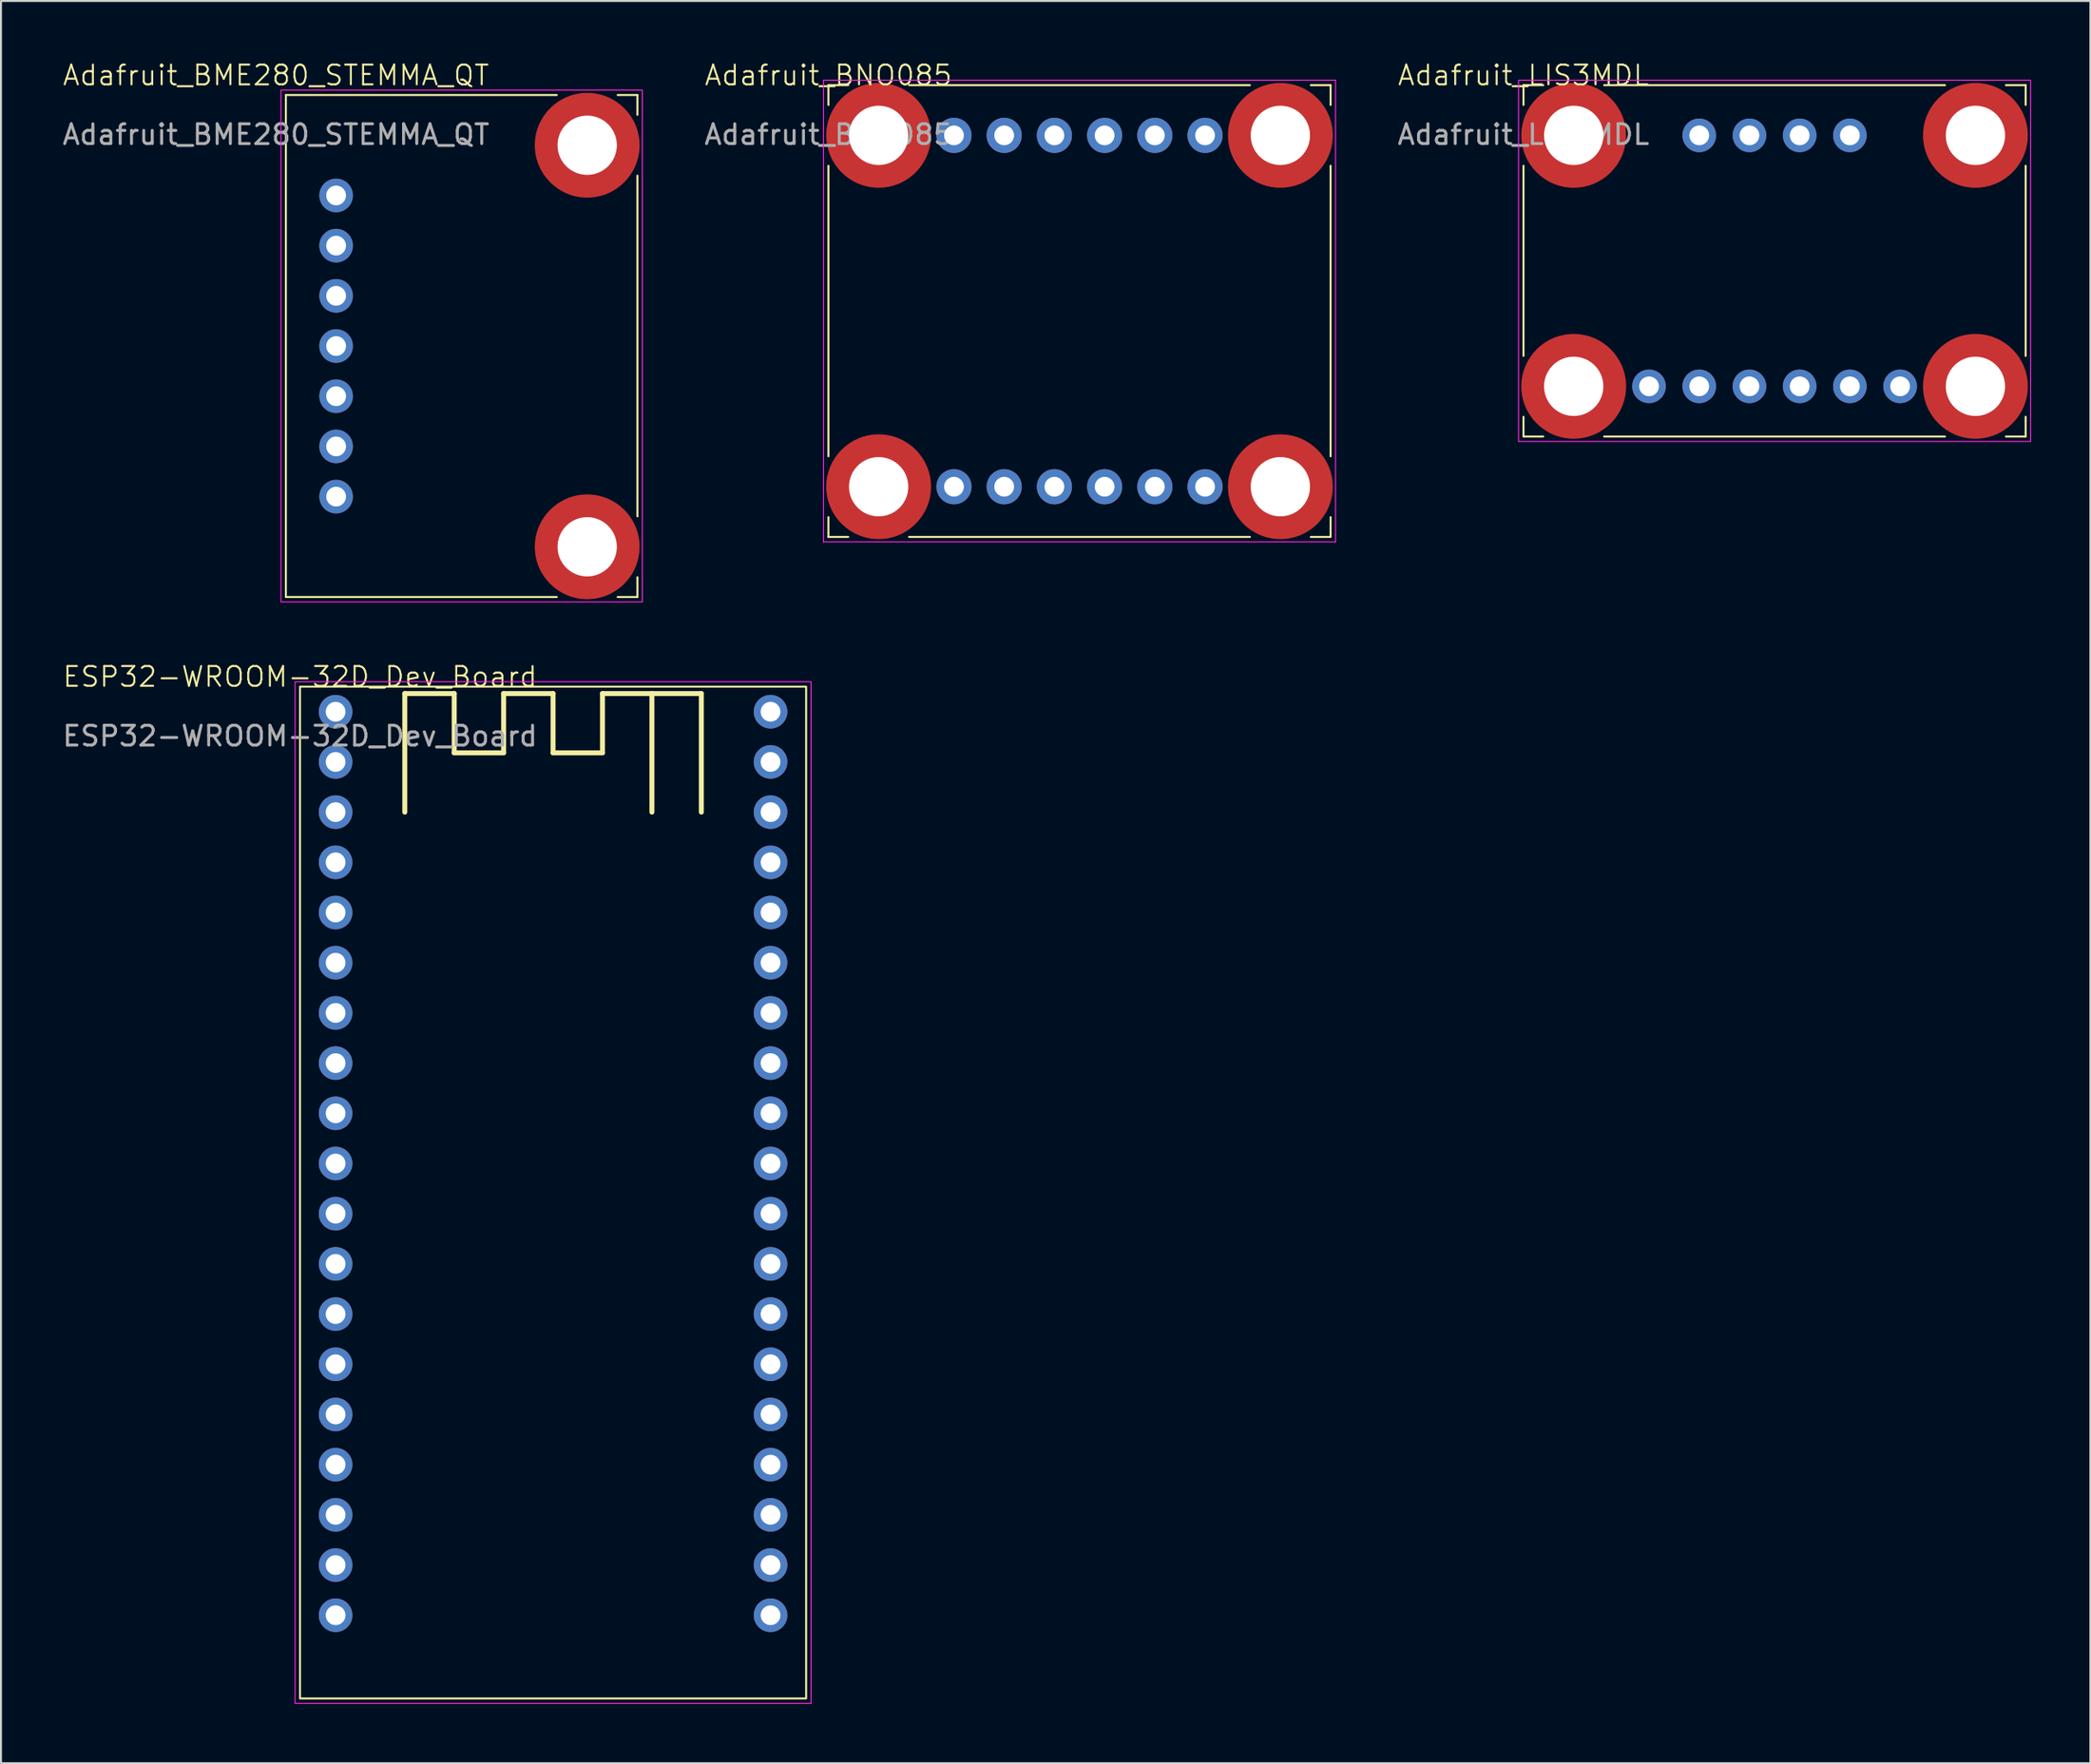
<source format=kicad_pcb>
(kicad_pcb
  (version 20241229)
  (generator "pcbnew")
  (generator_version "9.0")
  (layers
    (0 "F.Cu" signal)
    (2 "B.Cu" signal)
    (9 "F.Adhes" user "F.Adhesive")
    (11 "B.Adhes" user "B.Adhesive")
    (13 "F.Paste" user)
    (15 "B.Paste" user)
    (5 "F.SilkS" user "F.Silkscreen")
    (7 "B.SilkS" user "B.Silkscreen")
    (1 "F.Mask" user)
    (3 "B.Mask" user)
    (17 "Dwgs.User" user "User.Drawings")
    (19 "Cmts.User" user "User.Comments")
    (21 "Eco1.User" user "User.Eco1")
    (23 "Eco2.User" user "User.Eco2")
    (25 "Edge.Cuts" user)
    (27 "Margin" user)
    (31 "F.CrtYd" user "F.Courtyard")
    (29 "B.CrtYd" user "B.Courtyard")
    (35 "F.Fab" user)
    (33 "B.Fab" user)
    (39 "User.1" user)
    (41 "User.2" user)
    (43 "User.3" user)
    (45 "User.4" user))
  (footprint "Adafruit_BME280_STEMMA_QT"
    (layer "F.Cu")
    (at 11.411 1.76)
    (property "Reference" "Adafruit_BME280_STEMMA_QT" (at -0.5 -1 0) (unlocked yes) (layer "F.SilkS") (effects (font (size 1 1) (thickness 0.1))))
    (attr through_hole)
    (fp_line (start 0 0) (end 0 25.4) (stroke (width 0.1) (type default)) (layer "F.SilkS"))
    (fp_line (start 0 0) (end 13.7 0) (stroke (width 0.1) (type default)) (layer "F.SilkS"))
    (fp_line (start 0 25.4) (end 13.7 25.4) (stroke (width 0.1) (type default)) (layer "F.SilkS"))
    (fp_line (start 17.78 0) (end 16.78 0) (stroke (width 0.1) (type default)) (layer "F.SilkS"))
    (fp_line (start 17.78 0) (end 17.78 1) (stroke (width 0.1) (type default)) (layer "F.SilkS"))
    (fp_line (start 17.78 4.08) (end 17.78 21.32) (stroke (width 0.1) (type default)) (layer "F.SilkS"))
    (fp_line (start 17.78 25.4) (end 16.78 25.4) (stroke (width 0.1) (type default)) (layer "F.SilkS"))
    (fp_line (start 17.78 25.4) (end 17.78 24.4) (stroke (width 0.1) (type default)) (layer "F.SilkS"))
    (fp_circle (center 15.24 2.54) (end 17.34 2.54) (stroke (width 0.75) (type default)) (fill no) (layer "F.Paste"))
    (fp_circle (center 15.24 22.85) (end 17.34 22.85) (stroke (width 0.75) (type default)) (fill no) (layer "F.Paste"))
    (fp_rect (start -0.25 -0.25) (end 18.03 25.65) (stroke (width 0.05) (type default)) (fill no) (layer "F.CrtYd"))
    (fp_text user "${REFERENCE}" (at -0.5 2 0) (unlocked yes) (layer "F.Fab") (effects (font (size 1 1) (thickness 0.15))))
    (pad "" np_thru_hole circle (at 15.24 2.54) (size 5.3 5.3) (drill 3) (layers "F.Cu" "F.Mask"))
    (pad "" np_thru_hole circle (at 15.24 22.86) (size 5.3 5.3) (drill 3) (layers "F.Cu" "F.Mask"))
    (pad "1" thru_hole circle (at 2.54 5.08) (size 1.7 1.7) (drill 1) (layers "*.Cu" "*.Mask"))
    (pad "2" thru_hole circle (at 2.54 7.62) (size 1.7 1.7) (drill 1) (layers "*.Cu" "*.Mask"))
    (pad "3" thru_hole circle (at 2.54 10.16) (size 1.7 1.7) (drill 1) (layers "*.Cu" "*.Mask"))
    (pad "4" thru_hole circle (at 2.54 12.7) (size 1.7 1.7) (drill 1) (layers "*.Cu" "*.Mask"))
    (pad "5" thru_hole circle (at 2.54 15.24) (size 1.7 1.7) (drill 1) (layers "*.Cu" "*.Mask"))
    (pad "6" thru_hole circle (at 2.54 17.78) (size 1.7 1.7) (drill 1) (layers "*.Cu" "*.Mask"))
    (pad "7" thru_hole circle (at 2.54 20.32) (size 1.7 1.7) (drill 1) (layers "*.Cu" "*.Mask")))
  (footprint "Adafruit_BNO085"
    (layer "F.Cu")
    (at 38.853 1.26)
    (property "Reference" "Adafruit_BNO085" (at 0 -0.5 0) (unlocked yes) (layer "F.SilkS") (effects (font (size 1 1) (thickness 0.1))))
    (attr through_hole)
    (fp_line (start 0 0) (end 0 1) (stroke (width 0.1) (type default)) (layer "F.SilkS"))
    (fp_line (start 0 0) (end 1 0) (stroke (width 0.1) (type default)) (layer "F.SilkS"))
    (fp_line (start 0 4.08) (end 0 18.78) (stroke (width 0.1) (type solid)) (layer "F.SilkS"))
    (fp_line (start 0 22.86) (end 0 21.86) (stroke (width 0.1) (type default)) (layer "F.SilkS"))
    (fp_line (start 0 22.86) (end 1 22.86) (stroke (width 0.1) (type default)) (layer "F.SilkS"))
    (fp_line (start 4.08 22.86) (end 21.32 22.86) (stroke (width 0.1) (type solid)) (layer "F.SilkS"))
    (fp_line (start 21.32 0) (end 4.08 0) (stroke (width 0.1) (type solid)) (layer "F.SilkS"))
    (fp_line (start 25.4 0) (end 24.4 0) (stroke (width 0.1) (type default)) (layer "F.SilkS"))
    (fp_line (start 25.4 0) (end 25.4 1) (stroke (width 0.1) (type default)) (layer "F.SilkS"))
    (fp_line (start 25.4 18.78) (end 25.4 4.08) (stroke (width 0.1) (type solid)) (layer "F.SilkS"))
    (fp_line (start 25.4 22.86) (end 24.4 22.86) (stroke (width 0.1) (type default)) (layer "F.SilkS"))
    (fp_line (start 25.4 22.86) (end 25.4 21.86) (stroke (width 0.1) (type default)) (layer "F.SilkS"))
    (fp_circle (center 2.54 2.54) (end 4.64 2.54) (stroke (width 0.75) (type default)) (fill no) (layer "F.Paste"))
    (fp_circle (center 2.54 20.32) (end 4.64 20.32) (stroke (width 0.75) (type default)) (fill no) (layer "F.Paste"))
    (fp_circle (center 22.86 2.54) (end 24.96 2.54) (stroke (width 0.75) (type default)) (fill no) (layer "F.Paste"))
    (fp_circle (center 22.86 20.32) (end 24.96 20.32) (stroke (width 0.75) (type default)) (fill no) (layer "F.Paste"))
    (fp_line (start -0.25 -0.25) (end -0.25 23.11) (stroke (width 0.05) (type solid)) (layer "F.CrtYd"))
    (fp_line (start -0.25 23.11) (end 25.65 23.11) (stroke (width 0.05) (type solid)) (layer "F.CrtYd"))
    (fp_line (start 25.65 -0.25) (end -0.25 -0.25) (stroke (width 0.05) (type solid)) (layer "F.CrtYd"))
    (fp_line (start 25.65 23.11) (end 25.65 -0.25) (stroke (width 0.05) (type solid)) (layer "F.CrtYd"))
    (fp_text user "${REFERENCE}" (at 0 2.5 0) (unlocked yes) (layer "F.Fab") (effects (font (size 1 1) (thickness 0.15))))
    (pad "" np_thru_hole circle (at 2.54 2.54) (size 5.3 5.3) (drill 3) (layers "F.Cu" "F.Mask"))
    (pad "" np_thru_hole circle (at 2.54 20.32) (size 5.3 5.3) (drill 3) (layers "F.Cu" "F.Mask"))
    (pad "" np_thru_hole circle (at 22.86 2.54) (size 5.3 5.3) (drill 3) (layers "F.Cu" "F.Mask"))
    (pad "" np_thru_hole circle (at 22.86 20.32) (size 5.3 5.3) (drill 3) (layers "F.Cu" "F.Mask"))
    (pad "JP1_1" thru_hole circle (at 6.35 20.32) (size 1.778 1.778) (drill 1) (layers "*.Cu" "*.Mask"))
    (pad "JP1_2" thru_hole circle (at 8.89 20.32) (size 1.778 1.778) (drill 1) (layers "*.Cu" "*.Mask"))
    (pad "JP1_3" thru_hole circle (at 11.43 20.32) (size 1.778 1.778) (drill 1) (layers "*.Cu" "*.Mask"))
    (pad "JP1_4" thru_hole circle (at 13.97 20.32) (size 1.778 1.778) (drill 1) (layers "*.Cu" "*.Mask"))
    (pad "JP1_5" thru_hole circle (at 16.51 20.32) (size 1.778 1.778) (drill 1) (layers "*.Cu" "*.Mask"))
    (pad "JP1_6" thru_hole circle (at 19.05 20.32) (size 1.778 1.778) (drill 1) (layers "*.Cu" "*.Mask"))
    (pad "JP2_1" thru_hole circle (at 6.35 2.54) (size 1.778 1.778) (drill 1) (layers "*.Cu" "*.Mask"))
    (pad "JP2_2" thru_hole circle (at 8.89 2.54) (size 1.778 1.778) (drill 1) (layers "*.Cu" "*.Mask"))
    (pad "JP2_3" thru_hole circle (at 11.43 2.54) (size 1.778 1.778) (drill 1) (layers "*.Cu" "*.Mask"))
    (pad "JP2_4" thru_hole circle (at 13.97 2.54) (size 1.778 1.778) (drill 1) (layers "*.Cu" "*.Mask"))
    (pad "JP2_5" thru_hole circle (at 16.51 2.54) (size 1.778 1.778) (drill 1) (layers "*.Cu" "*.Mask"))
    (pad "JP2_6" thru_hole circle (at 19.05 2.54) (size 1.778 1.778) (drill 1) (layers "*.Cu" "*.Mask")))
  (footprint "ESP32-WROOM-32D_Dev_Board"
    (layer "F.Cu")
    (at 12.125 31.696)
    (property "Reference" "ESP32-WROOM-32D_Dev_Board" (at 0 -0.5 0) (unlocked yes) (layer "F.SilkS") (effects (font (size 1 1) (thickness 0.1))))
    (attr through_hole)
    (fp_line (start 5.3 0.35) (end 7.8 0.35) (stroke (width 0.25) (type default)) (layer "F.SilkS"))
    (fp_line (start 5.3 6.35) (end 5.3 0.35) (stroke (width 0.25) (type default)) (layer "F.SilkS"))
    (fp_line (start 7.8 3.35) (end 7.8 0.35) (stroke (width 0.25) (type default)) (layer "F.SilkS"))
    (fp_line (start 7.8 3.35) (end 10.3 3.35) (stroke (width 0.25) (type default)) (layer "F.SilkS"))
    (fp_line (start 10.3 0.35) (end 12.8 0.35) (stroke (width 0.25) (type default)) (layer "F.SilkS"))
    (fp_line (start 10.3 3.35) (end 10.3 0.35) (stroke (width 0.25) (type default)) (layer "F.SilkS"))
    (fp_line (start 12.8 3.35) (end 12.8 0.35) (stroke (width 0.25) (type default)) (layer "F.SilkS"))
    (fp_line (start 12.8 3.35) (end 15.3 3.35) (stroke (width 0.25) (type default)) (layer "F.SilkS"))
    (fp_line (start 15.3 0.35) (end 20.3 0.35) (stroke (width 0.25) (type default)) (layer "F.SilkS"))
    (fp_line (start 15.3 3.35) (end 15.3 0.35) (stroke (width 0.25) (type default)) (layer "F.SilkS"))
    (fp_line (start 17.8 6.35) (end 17.8 0.35) (stroke (width 0.25) (type default)) (layer "F.SilkS"))
    (fp_line (start 20.3 6.35) (end 20.3 0.35) (stroke (width 0.25) (type default)) (layer "F.SilkS"))
    (fp_rect (start 0 0) (end 25.6 51.2) (stroke (width 0.1) (type default)) (fill no) (layer "F.SilkS"))
    (fp_rect (start -0.25 -0.25) (end 25.85 51.45) (stroke (width 0.05) (type default)) (fill no) (layer "F.CrtYd"))
    (fp_text user "${REFERENCE}" (at 0 2.5 0) (unlocked yes) (layer "F.Fab") (effects (font (size 1 1) (thickness 0.15))))
    (pad "J2-1" thru_hole circle (at 1.8 1.27) (size 1.7 1.7) (drill 1) (layers "*.Cu" "*.Mask"))
    (pad "J2-2" thru_hole circle (at 1.8 3.81) (size 1.7 1.7) (drill 1) (layers "*.Cu" "*.Mask"))
    (pad "J2-3" thru_hole circle (at 1.8 6.35) (size 1.7 1.7) (drill 1) (layers "*.Cu" "*.Mask"))
    (pad "J2-4" thru_hole circle (at 1.8 8.89) (size 1.7 1.7) (drill 1) (layers "*.Cu" "*.Mask"))
    (pad "J2-5" thru_hole circle (at 1.8 11.43) (size 1.7 1.7) (drill 1) (layers "*.Cu" "*.Mask"))
    (pad "J2-6" thru_hole circle (at 1.8 13.97) (size 1.7 1.7) (drill 1) (layers "*.Cu" "*.Mask"))
    (pad "J2-7" thru_hole circle (at 1.8 16.51) (size 1.7 1.7) (drill 1) (layers "*.Cu" "*.Mask"))
    (pad "J2-8" thru_hole circle (at 1.8 19.05) (size 1.7 1.7) (drill 1) (layers "*.Cu" "*.Mask"))
    (pad "J2-9" thru_hole circle (at 1.8 21.59) (size 1.7 1.7) (drill 1) (layers "*.Cu" "*.Mask"))
    (pad "J2-10" thru_hole circle (at 1.8 24.13) (size 1.7 1.7) (drill 1) (layers "*.Cu" "*.Mask"))
    (pad "J2-11" thru_hole circle (at 1.8 26.67) (size 1.7 1.7) (drill 1) (layers "*.Cu" "*.Mask"))
    (pad "J2-12" thru_hole circle (at 1.8 29.21) (size 1.7 1.7) (drill 1) (layers "*.Cu" "*.Mask"))
    (pad "J2-13" thru_hole circle (at 1.8 31.75) (size 1.7 1.7) (drill 1) (layers "*.Cu" "*.Mask"))
    (pad "J2-14" thru_hole circle (at 1.8 34.29) (size 1.7 1.7) (drill 1) (layers "*.Cu" "*.Mask"))
    (pad "J2-15" thru_hole circle (at 1.8 36.83) (size 1.7 1.7) (drill 1) (layers "*.Cu" "*.Mask"))
    (pad "J2-16" thru_hole circle (at 1.8 39.37) (size 1.7 1.7) (drill 1) (layers "*.Cu" "*.Mask"))
    (pad "J2-17" thru_hole circle (at 1.8 41.91) (size 1.7 1.7) (drill 1) (layers "*.Cu" "*.Mask"))
    (pad "J2-18" thru_hole circle (at 1.8 44.45) (size 1.7 1.7) (drill 1) (layers "*.Cu" "*.Mask"))
    (pad "J2-19" thru_hole circle (at 1.8 46.99) (size 1.7 1.7) (drill 1) (layers "*.Cu" "*.Mask"))
    (pad "J3-1" thru_hole circle (at 23.8 1.27) (size 1.7 1.7) (drill 1) (layers "*.Cu" "*.Mask"))
    (pad "J3-2" thru_hole circle (at 23.8 3.81) (size 1.7 1.7) (drill 1) (layers "*.Cu" "*.Mask"))
    (pad "J3-3" thru_hole circle (at 23.8 6.35) (size 1.7 1.7) (drill 1) (layers "*.Cu" "*.Mask"))
    (pad "J3-4" thru_hole circle (at 23.8 8.89) (size 1.7 1.7) (drill 1) (layers "*.Cu" "*.Mask"))
    (pad "J3-5" thru_hole circle (at 23.8 11.43) (size 1.7 1.7) (drill 1) (layers "*.Cu" "*.Mask"))
    (pad "J3-6" thru_hole circle (at 23.8 13.97) (size 1.7 1.7) (drill 1) (layers "*.Cu" "*.Mask"))
    (pad "J3-7" thru_hole circle (at 23.8 16.51) (size 1.7 1.7) (drill 1) (layers "*.Cu" "*.Mask"))
    (pad "J3-8" thru_hole circle (at 23.8 19.05) (size 1.7 1.7) (drill 1) (layers "*.Cu" "*.Mask"))
    (pad "J3-9" thru_hole circle (at 23.8 21.59) (size 1.7 1.7) (drill 1) (layers "*.Cu" "*.Mask"))
    (pad "J3-10" thru_hole circle (at 23.8 24.13) (size 1.7 1.7) (drill 1) (layers "*.Cu" "*.Mask"))
    (pad "J3-11" thru_hole circle (at 23.8 26.67) (size 1.7 1.7) (drill 1) (layers "*.Cu" "*.Mask"))
    (pad "J3-12" thru_hole circle (at 23.8 29.21) (size 1.7 1.7) (drill 1) (layers "*.Cu" "*.Mask"))
    (pad "J3-13" thru_hole circle (at 23.8 31.75) (size 1.7 1.7) (drill 1) (layers "*.Cu" "*.Mask"))
    (pad "J3-14" thru_hole circle (at 23.8 34.29) (size 1.7 1.7) (drill 1) (layers "*.Cu" "*.Mask"))
    (pad "J3-15" thru_hole circle (at 23.8 36.83) (size 1.7 1.7) (drill 1) (layers "*.Cu" "*.Mask"))
    (pad "J3-16" thru_hole circle (at 23.8 39.37) (size 1.7 1.7) (drill 1) (layers "*.Cu" "*.Mask"))
    (pad "J3-17" thru_hole circle (at 23.8 41.91) (size 1.7 1.7) (drill 1) (layers "*.Cu" "*.Mask"))
    (pad "J3-18" thru_hole circle (at 23.8 44.45) (size 1.7 1.7) (drill 1) (layers "*.Cu" "*.Mask"))
    (pad "J3-19" thru_hole circle (at 23.8 46.99) (size 1.7 1.7) (drill 1) (layers "*.Cu" "*.Mask")))
  (footprint "Adafruit_LIS3MDL"
    (layer "F.Cu")
    (at 74.01 1.26)
    (property "Reference" "Adafruit_LIS3MDL" (at 0 -0.5 0) (unlocked yes) (layer "F.SilkS") (effects (font (size 1 1) (thickness 0.1))))
    (attr through_hole)
    (fp_line (start 0 0) (end 0 1) (stroke (width 0.1) (type default)) (layer "F.SilkS"))
    (fp_line (start 0 0) (end 1 0) (stroke (width 0.1) (type default)) (layer "F.SilkS"))
    (fp_line (start 0 4.08) (end 0 13.7) (stroke (width 0.1) (type default)) (layer "F.SilkS"))
    (fp_line (start 0 17.78) (end 0 16.78) (stroke (width 0.1) (type default)) (layer "F.SilkS"))
    (fp_line (start 0 17.78) (end 1 17.78) (stroke (width 0.1) (type default)) (layer "F.SilkS"))
    (fp_line (start 4.08 0) (end 21.32 0) (stroke (width 0.1) (type default)) (layer "F.SilkS"))
    (fp_line (start 4.08 17.78) (end 21.32 17.78) (stroke (width 0.1) (type default)) (layer "F.SilkS"))
    (fp_line (start 25.4 0) (end 24.4 0) (stroke (width 0.1) (type default)) (layer "F.SilkS"))
    (fp_line (start 25.4 0) (end 25.4 1) (stroke (width 0.1) (type default)) (layer "F.SilkS"))
    (fp_line (start 25.4 4.08) (end 25.4 13.7) (stroke (width 0.1) (type default)) (layer "F.SilkS"))
    (fp_line (start 25.4 17.78) (end 24.4 17.78) (stroke (width 0.1) (type default)) (layer "F.SilkS"))
    (fp_line (start 25.4 17.78) (end 25.4 16.78) (stroke (width 0.1) (type default)) (layer "F.SilkS"))
    (fp_circle (center 2.54 2.54) (end 4.64 2.54) (stroke (width 0.75) (type default)) (fill no) (layer "F.Paste"))
    (fp_circle (center 2.54 15.24) (end 4.64 15.24) (stroke (width 0.75) (type default)) (fill no) (layer "F.Paste"))
    (fp_circle (center 22.86 2.54) (end 24.96 2.54) (stroke (width 0.75) (type default)) (fill no) (layer "F.Paste"))
    (fp_circle (center 22.86 15.24) (end 24.96 15.24) (stroke (width 0.75) (type default)) (fill no) (layer "F.Paste"))
    (fp_rect (start -0.25 -0.25) (end 25.65 18.03) (stroke (width 0.05) (type default)) (fill no) (layer "F.CrtYd"))
    (fp_text user "${REFERENCE}" (at 0 2.5 0) (unlocked yes) (layer "F.Fab") (effects (font (size 1 1) (thickness 0.15))))
    (pad "" np_thru_hole circle (at 2.54 2.54) (size 5.3 5.3) (drill 3) (layers "F.Cu" "F.Mask"))
    (pad "" np_thru_hole circle (at 2.54 15.24) (size 5.3 5.3) (drill 3) (layers "F.Cu" "F.Mask"))
    (pad "" np_thru_hole circle (at 8.89 2.54) (size 1.7 1.7) (drill 1) (layers "*.Cu" "*.Mask"))
    (pad "" np_thru_hole circle (at 11.43 2.54) (size 1.7 1.7) (drill 1) (layers "*.Cu" "*.Mask"))
    (pad "" np_thru_hole circle (at 13.97 2.54) (size 1.7 1.7) (drill 1) (layers "*.Cu" "*.Mask"))
    (pad "" np_thru_hole circle (at 16.51 2.54) (size 1.7 1.7) (drill 1) (layers "*.Cu" "*.Mask"))
    (pad "" np_thru_hole circle (at 22.86 2.54) (size 5.3 5.3) (drill 3) (layers "F.Cu" "F.Mask"))
    (pad "" np_thru_hole circle (at 22.86 15.24) (size 5.3 5.3) (drill 3) (layers "F.Cu" "F.Mask"))
    (pad "1" thru_hole circle (at 6.35 15.24) (size 1.7 1.7) (drill 1) (layers "*.Cu" "*.Mask"))
    (pad "2" thru_hole circle (at 8.89 15.24) (size 1.7 1.7) (drill 1) (layers "*.Cu" "*.Mask"))
    (pad "3" thru_hole circle (at 11.43 15.24) (size 1.7 1.7) (drill 1) (layers "*.Cu" "*.Mask"))
    (pad "4" thru_hole circle (at 13.97 15.24) (size 1.7 1.7) (drill 1) (layers "*.Cu" "*.Mask"))
    (pad "5" thru_hole circle (at 16.51 15.24) (size 1.7 1.7) (drill 1) (layers "*.Cu" "*.Mask"))
    (pad "6" thru_hole circle (at 19.05 15.24) (size 1.7 1.7) (drill 1) (layers "*.Cu" "*.Mask")))
  (gr_rect
    (start -3 -3)
    (end 102.685 86.171)
    (stroke (width 0.1) (type default))
    (fill no)
    (layer "Edge.Cuts")))
</source>
